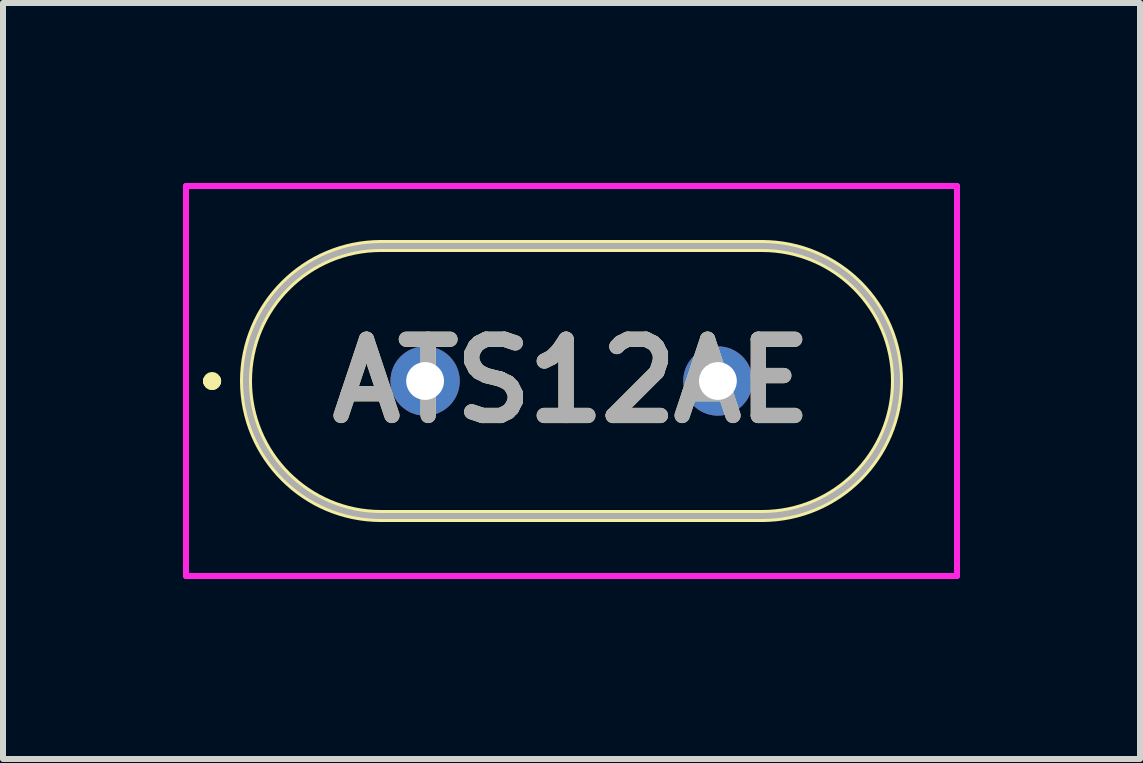
<source format=kicad_pcb>
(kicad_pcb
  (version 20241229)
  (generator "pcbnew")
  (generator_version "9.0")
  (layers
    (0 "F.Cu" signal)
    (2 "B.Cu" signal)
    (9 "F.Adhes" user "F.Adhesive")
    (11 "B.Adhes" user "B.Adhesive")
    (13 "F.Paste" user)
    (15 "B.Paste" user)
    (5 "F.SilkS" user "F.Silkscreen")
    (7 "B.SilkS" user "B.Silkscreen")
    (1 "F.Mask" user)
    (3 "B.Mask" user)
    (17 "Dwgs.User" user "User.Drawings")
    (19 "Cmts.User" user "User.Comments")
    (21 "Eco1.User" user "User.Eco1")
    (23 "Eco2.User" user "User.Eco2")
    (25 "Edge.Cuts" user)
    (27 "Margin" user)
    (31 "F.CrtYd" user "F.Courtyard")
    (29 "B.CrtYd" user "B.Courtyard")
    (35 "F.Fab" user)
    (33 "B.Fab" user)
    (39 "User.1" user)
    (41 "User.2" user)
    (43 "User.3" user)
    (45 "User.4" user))
  (footprint "ATS12AE"
    (layer "F.Cu")
    (at 4.035 3.3)
    (property "Reference" "ATS12AE" (at 2.44 0 0) (layer "F.SilkS") (effects (font (size 1.27 1.27) (thickness 0.254))))
    (attr through_hole)
    (fp_line (start -3.6 0) (end -3.6 0) (stroke (width 0.2) (type solid)) (layer "F.SilkS"))
    (fp_line (start -3.6 0) (end -3.6 0) (stroke (width 0.2) (type solid)) (layer "F.SilkS"))
    (fp_line (start -3.5 0) (end -3.5 0) (stroke (width 0.2) (type solid)) (layer "F.SilkS"))
    (fp_line (start -0.735 -2.25) (end 5.615 -2.25) (stroke (width 0.2) (type solid)) (layer "F.SilkS"))
    (fp_line (start -0.735 2.25) (end -0.735 2.25) (stroke (width 0.2) (type solid)) (layer "F.SilkS"))
    (fp_line (start 2.44 2.25) (end -0.735 2.25) (stroke (width 0.2) (type solid)) (layer "F.SilkS"))
    (fp_line (start 5.615 -2.25) (end 5.615 -2.25) (stroke (width 0.2) (type solid)) (layer "F.SilkS"))
    (fp_line (start 5.615 2.25) (end 2.44 2.25) (stroke (width 0.2) (type solid)) (layer "F.SilkS"))
    (fp_arc (start -3.6 0) (mid -3.55 -0.05) (end -3.5 0) (stroke (width 0.2) (type solid)) (layer "F.SilkS"))
    (fp_arc (start -3.5 0) (mid -3.55 0.05) (end -3.6 0) (stroke (width 0.2) (type solid)) (layer "F.SilkS"))
    (fp_arc (start -3.5 0) (mid -3.55 0.05) (end -3.6 0) (stroke (width 0.2) (type solid)) (layer "F.SilkS"))
    (fp_arc (start -0.735 2.25) (mid -2.985 0) (end -0.735 -2.25) (stroke (width 0.2) (type solid)) (layer "F.SilkS"))
    (fp_arc (start 5.615 -2.25) (mid 7.865 0) (end 5.615 2.25) (stroke (width 0.2) (type solid)) (layer "F.SilkS"))
    (fp_line (start -3.985 -3.25) (end 8.865 -3.25) (stroke (width 0.1) (type solid)) (layer "F.CrtYd"))
    (fp_line (start -3.985 3.25) (end -3.985 -3.25) (stroke (width 0.1) (type solid)) (layer "F.CrtYd"))
    (fp_line (start 8.865 -3.25) (end 8.865 3.25) (stroke (width 0.1) (type solid)) (layer "F.CrtYd"))
    (fp_line (start 8.865 3.25) (end -3.985 3.25) (stroke (width 0.1) (type solid)) (layer "F.CrtYd"))
    (fp_line (start -0.735 -2.25) (end 5.615 -2.25) (stroke (width 0.1) (type solid)) (layer "F.Fab"))
    (fp_line (start -0.735 2.25) (end -0.735 2.25) (stroke (width 0.1) (type solid)) (layer "F.Fab"))
    (fp_line (start 2.44 2.25) (end -0.735 2.25) (stroke (width 0.1) (type solid)) (layer "F.Fab"))
    (fp_line (start 5.615 -2.25) (end 5.615 -2.25) (stroke (width 0.1) (type solid)) (layer "F.Fab"))
    (fp_line (start 5.615 2.25) (end 2.44 2.25) (stroke (width 0.1) (type solid)) (layer "F.Fab"))
    (fp_arc (start -0.735 2.25) (mid -2.985 0) (end -0.735 -2.25) (stroke (width 0.1) (type solid)) (layer "F.Fab"))
    (fp_arc (start 5.615 -2.25) (mid 7.865 0) (end 5.615 2.25) (stroke (width 0.1) (type solid)) (layer "F.Fab"))
    (fp_text user "${REFERENCE}" (at 2.44 0 0) (layer "F.Fab") (effects (font (size 1.27 1.27) (thickness 0.254))))
    (pad "1" thru_hole circle (at 0 0) (size 1.155 1.155) (drill 0.63) (layers "*.Cu" "*.Mask"))
    (pad "2" thru_hole circle (at 4.88 0) (size 1.155 1.155) (drill 0.63) (layers "*.Cu" "*.Mask")))
  (gr_rect
    (start -3 -3)
    (end 15.95 9.6)
    (stroke (width 0.1) (type default))
    (fill no)
    (layer "Edge.Cuts")))
</source>
